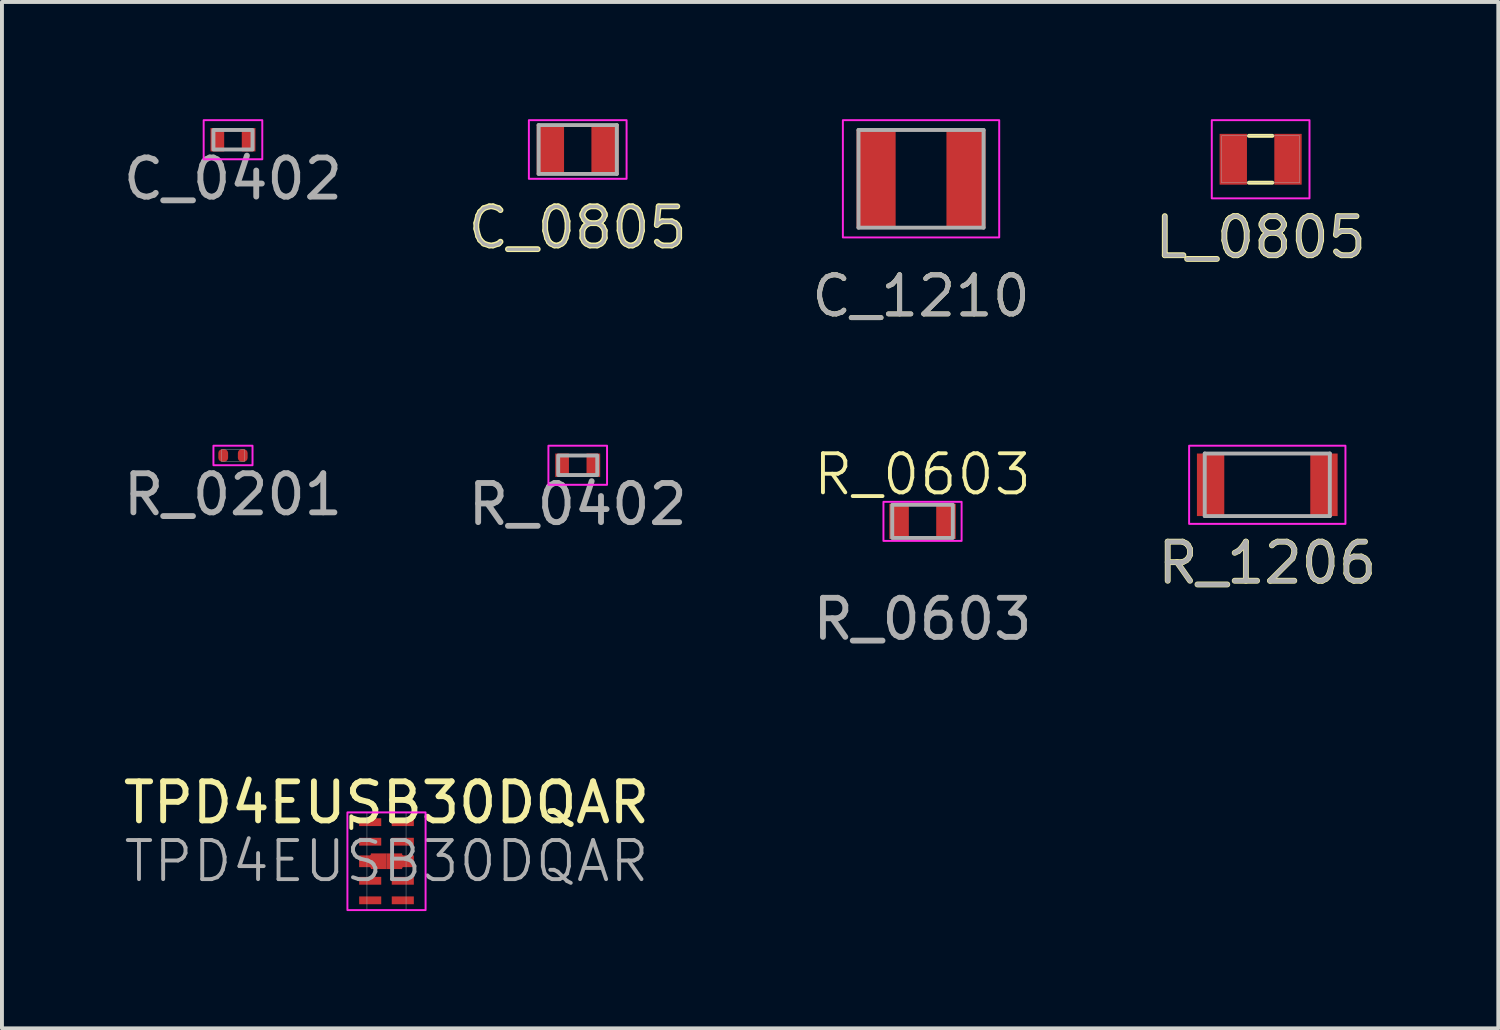
<source format=kicad_pcb>
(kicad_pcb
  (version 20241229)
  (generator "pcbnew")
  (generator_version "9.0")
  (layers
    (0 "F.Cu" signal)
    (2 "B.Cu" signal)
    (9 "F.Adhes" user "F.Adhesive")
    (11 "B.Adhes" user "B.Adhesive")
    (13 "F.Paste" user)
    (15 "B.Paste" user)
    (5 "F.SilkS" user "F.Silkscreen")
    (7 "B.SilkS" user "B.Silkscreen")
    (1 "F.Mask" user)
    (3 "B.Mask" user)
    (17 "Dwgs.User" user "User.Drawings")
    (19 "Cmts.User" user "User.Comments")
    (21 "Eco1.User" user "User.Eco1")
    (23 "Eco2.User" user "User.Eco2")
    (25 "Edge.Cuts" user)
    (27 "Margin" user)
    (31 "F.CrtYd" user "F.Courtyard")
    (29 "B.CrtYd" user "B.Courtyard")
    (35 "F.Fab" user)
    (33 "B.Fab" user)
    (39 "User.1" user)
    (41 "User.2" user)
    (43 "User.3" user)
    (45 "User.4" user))
  (footprint "R_1206"
    (layer "F.Cu")
    (at 29.375 9.354)
    (property "Reference" "R_1206" (at 0 2 0) (layer "F.SilkS") (effects (font (size 1 1) (thickness 0.15))))
    (attr smd)
    (fp_rect (start -2 -1) (end 2 1) (stroke (width 0.05) (type default)) (fill no) (layer "F.CrtYd"))
    (fp_line (start -1.6 -0.8) (end 1.6 -0.8) (stroke (width 0.1) (type solid)) (layer "F.Fab"))
    (fp_line (start -1.6 0.8) (end -1.6 -0.8) (stroke (width 0.1) (type solid)) (layer "F.Fab"))
    (fp_line (start 1.6 -0.8) (end 1.6 0.8) (stroke (width 0.1) (type solid)) (layer "F.Fab"))
    (fp_line (start 1.6 0.8) (end -1.6 0.8) (stroke (width 0.1) (type solid)) (layer "F.Fab"))
    (fp_text user "${REFERENCE}" (at 0 2 0) (layer "F.Fab") (effects (font (size 1 1) (thickness 0.12))))
    (pad "1" smd rect (at -1.45 0) (size 0.7 1.6) (layers "F.Cu" "F.Mask" "F.Paste"))
    (pad "2" smd rect (at 1.45 0) (size 0.7 1.6) (layers "F.Cu" "F.Mask" "F.Paste")))
  (footprint "C_0402"
    (layer "F.Cu")
    (at 2.911 0.525)
    (property "Reference" "C_0402" (at 0 1 0) (unlocked yes) (layer "F.SilkS") (effects (font (size 1 1) (thickness 0.1))))
    (attr smd)
    (fp_rect (start -0.75 -0.5) (end 0.75 0.5) (stroke (width 0.05) (type default)) (fill no) (layer "F.CrtYd"))
    (fp_rect (start -0.5 -0.25) (end 0.5 0.25) (stroke (width 0.1) (type default)) (fill no) (layer "F.Fab"))
    (fp_text user "${REFERENCE}" (at 0 1 0) (unlocked yes) (layer "F.Fab") (effects (font (size 1 1) (thickness 0.15))))
    (pad "1" smd rect (at -0.4 0) (size 0.35 0.6) (layers "F.Cu" "F.Mask" "F.Paste"))
    (pad "2" smd rect (at 0.4 0) (size 0.35 0.6) (layers "F.Cu" "F.Mask" "F.Paste")))
  (footprint "R_0201"
    (layer "F.Cu")
    (at 2.911 8.604)
    (property "Reference" "R_0201" (at 0 1 0) (unlocked yes) (layer "F.SilkS") (effects (font (size 1 1) (thickness 0.1))))
    (attr smd)
    (fp_rect (start -0.1 -0.15) (end 0.1 0.15) (stroke (width 0) (type solid)) (fill yes) (layer "F.Mask"))
    (fp_rect (start -0.5 -0.25) (end 0.5 0.25) (stroke (width 0.05) (type default)) (fill no) (layer "F.CrtYd"))
    (fp_rect (start -0.3 -0.15) (end 0.3 0.15) (stroke (width 0.01) (type solid)) (fill no) (layer "F.Fab"))
    (fp_text user "${REFERENCE}" (at 0 1 0) (unlocked yes) (layer "F.Fab") (effects (font (size 1 1) (thickness 0.15))))
    (pad "1" smd roundrect (at -0.25 0) (size 0.25 0.32) (layers "F.Cu" "F.Mask" "F.Paste") (roundrect_rratio 0.4))
    (pad "2" smd roundrect (at 0.25 0 180) (size 0.25 0.32) (layers "F.Cu" "F.Mask" "F.Paste") (roundrect_rratio 0.4)))
  (footprint "L_0805"
    (layer "F.Cu")
    (at 29.205 1.025)
    (property "Reference" "L_0805" (at 0 2 0) (layer "F.SilkS") (effects (font (size 1 1) (thickness 0.15))))
    (attr smd)
    (fp_line (start -0.3 -0.6) (end 0.3 -0.6) (stroke (width 0.1) (type default)) (layer "F.SilkS"))
    (fp_line (start -0.3 0.6) (end 0.3 0.6) (stroke (width 0.1) (type default)) (layer "F.SilkS"))
    (fp_rect (start -1.25 -1) (end 1.25 1) (stroke (width 0.05) (type default)) (fill no) (layer "F.CrtYd"))
    (fp_rect (start -1 -0.6) (end 1 0.6) (stroke (width 0.01) (type solid)) (fill no) (layer "F.Fab"))
    (fp_text user "${REFERENCE}" (at 0 2 0) (layer "F.Fab") (effects (font (size 1 1) (thickness 0.1))))
    (pad "1" smd rect (at -0.7 0) (size 0.7 1.3) (layers "F.Cu" "F.Mask" "F.Paste"))
    (pad "2" smd rect (at 0.7 0) (size 0.7 1.3) (layers "F.Cu" "F.Mask" "F.Paste")))
  (footprint "C_1210"
    (layer "F.Cu")
    (at 20.516 1.525)
    (property "Reference" "C_1210" (at 0 3 0) (layer "F.SilkS") (effects (font (size 1 1) (thickness 0.125))))
    (attr smd)
    (fp_rect (start -2 -1.5) (end 2 1.5) (stroke (width 0.05) (type default)) (fill no) (layer "F.CrtYd"))
    (fp_line (start -1.6 -1.25) (end 1.6 -1.25) (stroke (width 0.1) (type solid)) (layer "F.Fab"))
    (fp_line (start -1.6 1.25) (end -1.6 -1.25) (stroke (width 0.1) (type solid)) (layer "F.Fab"))
    (fp_line (start 1.6 -1.25) (end 1.6 1.25) (stroke (width 0.1) (type solid)) (layer "F.Fab"))
    (fp_line (start 1.6 1.25) (end -1.6 1.25) (stroke (width 0.1) (type solid)) (layer "F.Fab"))
    (fp_text user "${REFERENCE}" (at 0 3 0) (layer "F.Fab") (effects (font (size 1 1) (thickness 0.125))))
    (pad "1" smd rect (at -1.15 0) (size 1 2.5) (layers "F.Cu" "F.Mask" "F.Paste"))
    (pad "2" smd rect (at 1.15 0) (size 1 2.5) (layers "F.Cu" "F.Mask" "F.Paste")))
  (footprint "R_0603"
    (layer "F.Cu")
    (at 20.554 10.29)
    (property "Reference" "R_0603" (at 0 -1.2 0) (unlocked yes) (layer "F.SilkS") (effects (font (size 1 1) (thickness 0.1))))
    (attr smd)
    (fp_rect (start -1 -0.5) (end 1 0.5) (stroke (width 0.05) (type default)) (fill no) (layer "F.CrtYd"))
    (fp_rect (start -0.775 -0.425) (end 0.775 0.425) (stroke (width 0.1) (type default)) (fill no) (layer "F.Fab"))
    (fp_text user "${REFERENCE}" (at 0 2.5 0) (unlocked yes) (layer "F.Fab") (effects (font (size 1 1) (thickness 0.15))))
    (pad "1" smd rect (at -0.6 0) (size 0.5 0.9) (layers "F.Cu" "F.Mask" "F.Paste"))
    (pad "2" smd rect (at 0.6 0) (size 0.5 0.9) (layers "F.Cu" "F.Mask" "F.Paste")))
  (footprint "R_0402"
    (layer "F.Cu")
    (at 11.732 8.854)
    (property "Reference" "R_0402" (at 0 1 0) (unlocked yes) (layer "F.SilkS") (effects (font (size 1 1) (thickness 0.1))))
    (attr smd)
    (fp_rect (start -0.75 -0.5) (end 0.75 0.5) (stroke (width 0.05) (type default)) (fill no) (layer "F.CrtYd"))
    (fp_rect (start -0.5 -0.25) (end 0.5 0.25) (stroke (width 0.1) (type default)) (fill no) (layer "F.Fab"))
    (fp_text user "${REFERENCE}" (at 0 1 0) (unlocked yes) (layer "F.Fab") (effects (font (size 1 1) (thickness 0.15))))
    (pad "1" smd rect (at -0.4 0) (size 0.35 0.6) (layers "F.Cu" "F.Mask" "F.Paste"))
    (pad "2" smd rect (at 0.4 0) (size 0.35 0.6) (layers "F.Cu" "F.Mask" "F.Paste")))
  (footprint "C_0805"
    (layer "F.Cu")
    (at 11.732 0.775)
    (property "Reference" "C_0805" (at 0 2 0) (layer "F.SilkS") (effects (font (size 1 1) (thickness 0.15))))
    (attr smd)
    (fp_rect (start -1.25 -0.75) (end 1.25 0.75) (stroke (width 0.05) (type default)) (fill no) (layer "F.CrtYd"))
    (fp_line (start -1 -0.625) (end 1 -0.625) (stroke (width 0.1) (type solid)) (layer "F.Fab"))
    (fp_line (start -1 0.625) (end -1 -0.625) (stroke (width 0.1) (type solid)) (layer "F.Fab"))
    (fp_line (start 1 -0.625) (end 1 0.625) (stroke (width 0.1) (type solid)) (layer "F.Fab"))
    (fp_line (start 1 0.625) (end -1 0.625) (stroke (width 0.1) (type solid)) (layer "F.Fab"))
    (fp_text user "${REFERENCE}" (at 0 2 0) (layer "F.Fab") (effects (font (size 1 1) (thickness 0.08))))
    (pad "1" smd rect (at -0.7 0) (size 0.7 1.3) (layers "F.Cu" "F.Mask" "F.Paste"))
    (pad "2" smd rect (at 0.7 0) (size 0.7 1.3) (layers "F.Cu" "F.Mask" "F.Paste")))
  (footprint "TPD4EUSB30DQAR"
    (layer "F.Cu")
    (at 6.839 18.986)
    (property "Reference" "TPD4EUSB30DQAR" (at 0 -1.5 0) (layer "F.SilkS") (effects (font (size 1 1) (thickness 0.15))))
    (attr smd)
    (fp_line (start -0.9 -1.15) (end -0.9 -0.85) (stroke (width 0.1) (type default)) (layer "F.SilkS"))
    (fp_rect (start -1 -1.25) (end 1 1.25) (stroke (width 0.05) (type default)) (fill no) (layer "F.CrtYd"))
    (fp_rect (start 0.5 -1.25) (end -0.5 1.25) (stroke (width 0.01) (type solid)) (fill no) (layer "F.Fab"))
    (fp_text user "${REFERENCE}" (at 0 0 0) (layer "F.Fab") (effects (font (size 1 1) (thickness 0.1))))
    (pad "1" smd rect (at -0.417 -1 270) (size 0.2 0.565) (layers "F.Cu" "F.Mask" "F.Paste"))
    (pad "2" smd rect (at -0.417 -0.5 270) (size 0.2 0.565) (layers "F.Cu" "F.Mask" "F.Paste"))
    (pad "3" smd custom (at -0.5 0) (size 0.2 0.2) (layers "F.Cu" "F.Mask" "F.Paste") (options (anchor rect)) (primitives (gr_poly (pts (xy 0.5 -0.2) (xy 0.5 0.2) (xy 0.1 0.2) (xy 0.1 0.172) (xy 0.077 0.15) (xy -0.2 0.15) (xy -0.2 -0.15) (xy 0.077 -0.15) (xy 0.1 -0.172) (xy 0.1 -0.2)) (width 0) (fill yes))))
    (pad "4" smd rect (at -0.417 0.5 270) (size 0.2 0.565) (layers "F.Cu" "F.Mask" "F.Paste"))
    (pad "5" smd rect (at -0.417 1 270) (size 0.2 0.565) (layers "F.Cu" "F.Mask" "F.Paste"))
    (pad "6" smd rect (at 0.417 1 270) (size 0.2 0.565) (layers "F.Cu" "F.Mask" "F.Paste"))
    (pad "7" smd rect (at 0.417 0.5 270) (size 0.2 0.565) (layers "F.Cu" "F.Mask" "F.Paste"))
    (pad "8" smd custom (at 0.5 0 180) (size 0.2 0.2) (layers "F.Cu" "F.Mask" "F.Paste") (options (anchor rect)) (primitives (gr_poly (pts (xy 0.5 -0.2) (xy 0.5 0.2) (xy 0.1 0.2) (xy 0.1 0.172) (xy 0.077 0.15) (xy -0.2 0.15) (xy -0.2 -0.15) (xy 0.077 -0.15) (xy 0.1 -0.172) (xy 0.1 -0.2)) (width 0) (fill yes))))
    (pad "9" smd rect (at 0.417 -0.5 270) (size 0.2 0.565) (layers "F.Cu" "F.Mask" "F.Paste"))
    (pad "10" smd rect (at 0.417 -1 270) (size 0.2 0.565) (layers "F.Cu" "F.Mask" "F.Paste")))
  (gr_rect
    (start -3 -3)
    (end 35.286 23.261)
    (stroke (width 0.1) (type default))
    (fill no)
    (layer "Edge.Cuts")))
</source>
